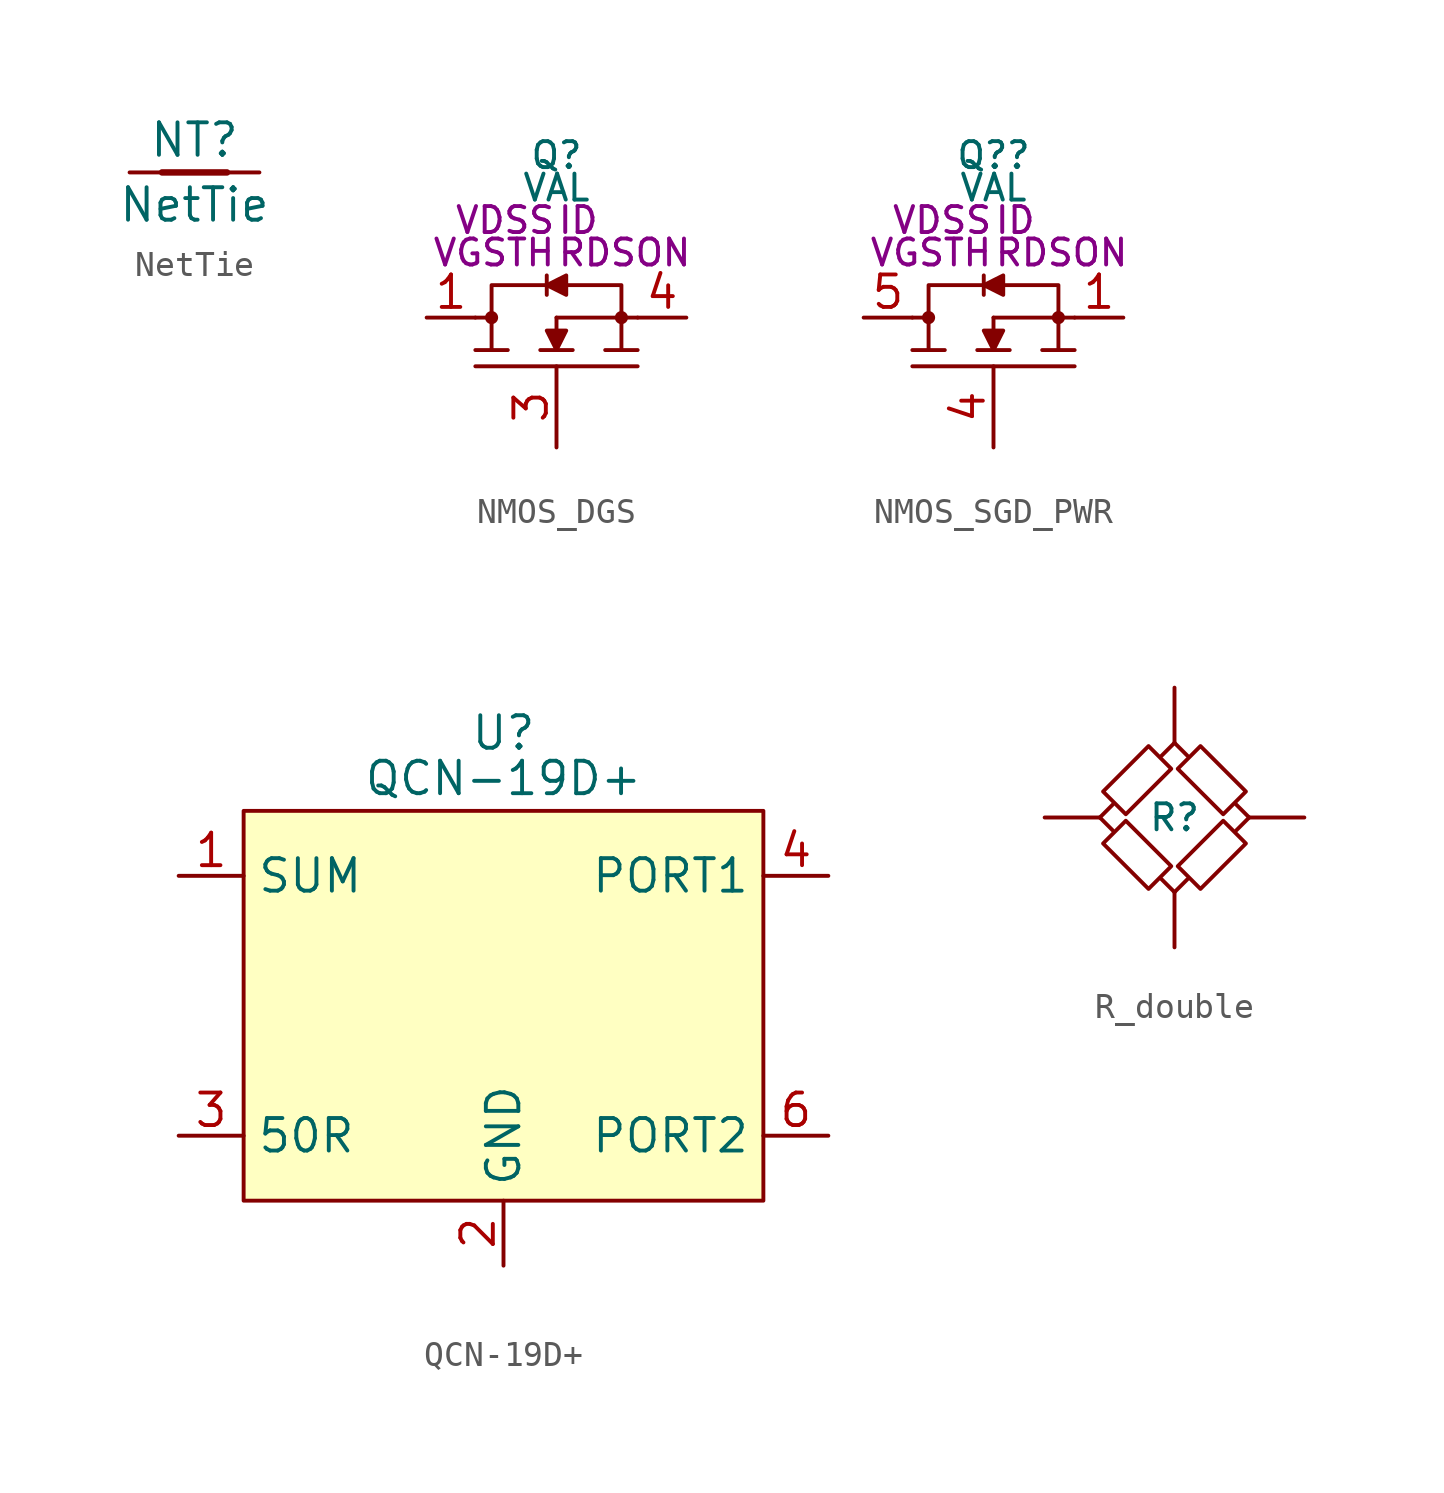
<source format=kicad_sym>
(kicad_symbol_lib
  (version 20241209)
  (generator "kicad_symbol_editor")
  (generator_version "9.0")
  (symbol "NetTie"
    (pin_numbers
      (hide yes))
    (pin_names
      (offset 0)
      (hide yes))
    (property "Reference" "NT"
      (at 0 1.27 0)
      (do_not_autoplace)
      (effects (font (size 1.27 1.27))))
    (property "Value" "NetTie"
      (at 0 -1.27 0)
      (do_not_autoplace)
      (effects (font (size 1.27 1.27))))
    (symbol "NetTie_0_1"
      (polyline (pts (xy -1.27 0) (xy 1.27 0)) (stroke (width 0.254) (type default)) (fill (type none))))
    (symbol "NetTie_1_1"
      (pin passive line (at -2.54 0 0) (length 2.54) (name "1" (effects (font (size 1.27 1.27)))) (number "1" (effects (font (size 1.27 1.27)))))
      (pin passive line (at 2.54 0 180) (length 2.54) (name "2" (effects (font (size 1.27 1.27)))) (number "2" (effects (font (size 1.27 1.27)))))))
  (symbol "NMOS_DGS"
    (pin_names
      (hide yes))
    (property "Reference" "Q"
      (at 0 6.35 0)
      (do_not_autoplace)
      (effects (font (size 1.016 1.016))))
    (property "Value" "VAL"
      (at 0 5.08 0)
      (do_not_autoplace)
      (effects (font (size 1.016 1.016))))
    (property "VDSS" "VDSS"
      (at 0 3.81 0)
      (do_not_autoplace)
      (effects (font (size 1.016 1.016)) (justify right)))
    (property "VGSTH" "VGSTH"
      (at 0 2.54 0)
      (do_not_autoplace)
      (effects (font (size 1.016 1.016)) (justify right)))
    (property "ID" "ID"
      (at 0 3.81 0)
      (do_not_autoplace)
      (effects (font (size 1.016 1.016)) (justify left)))
    (property "RDSON" "RDSON"
      (at 0 2.54 0)
      (do_not_autoplace)
      (effects (font (size 1.016 1.016)) (justify left)))
    (symbol "NMOS_DGS_0_1"
      (polyline (pts (xy -3.175 -1.27) (xy -1.905 -1.27)) (stroke (width 0) (type default)) (fill (type none)))
      (polyline (pts (xy -2.54 -1.27) (xy -2.54 0) (xy -3.175 0)) (stroke (width 0) (type default)) (fill (type none)))
      (polyline (pts (xy -0.635 -1.27) (xy 0.635 -1.27)) (stroke (width 0) (type default)) (fill (type none)))
      (polyline (pts (xy 0 0) (xy 0 -0.508)) (stroke (width 0) (type default)) (fill (type none)))
      (polyline (pts (xy 1.905 -1.27) (xy 3.175 -1.27)) (stroke (width 0) (type default)) (fill (type none)))
      (polyline (pts (xy 2.54 -1.27) (xy 2.54 0) (xy 3.175 0)) (stroke (width 0) (type default)) (fill (type none))))
    (symbol "NMOS_DGS_1_0"
      (pin passive line (at -5.08 0 0) (length 1.905) (name "" (effects (font (size 1.27 1.27)))) (number "1" (effects (font (size 1.27 1.27)))))
      (pin passive line (at -5.08 0 0) (length 1.905) (hide yes) (name "" (effects (font (size 1.27 1.27)))) (number "2" (effects (font (size 1.27 1.27)))))
      (pin passive line (at -5.08 0 0) (length 1.905) (hide yes) (name "" (effects (font (size 1.27 1.27)))) (number "5" (effects (font (size 1.27 1.27)))))
      (pin passive line (at -5.08 0 0) (length 1.905) (hide yes) (name "" (effects (font (size 1.27 1.27)))) (number "6" (effects (font (size 1.27 1.27)))))
      (pin passive line (at -5.08 0 0) (length 1.905) (hide yes) (name "" (effects (font (size 1.27 1.27)))) (number "7" (effects (font (size 1.27 1.27)))))
      (pin passive line (at 0 -5.08 90) (length 3.175) (name "" (effects (font (size 1.27 1.27)))) (number "3" (effects (font (size 1.27 1.27)))))
      (pin passive line (at 5.08 0 180) (length 1.905) (name "" (effects (font (size 1.27 1.27)))) (number "4" (effects (font (size 1.27 1.27)))))
      (pin passive line (at 5.08 0 180) (length 1.905) (hide yes) (name "" (effects (font (size 1.27 1.27)))) (number "8" (effects (font (size 1.27 1.27))))))
    (symbol "NMOS_DGS_1_1"
      (polyline (pts (xy -3.175 -1.905) (xy 3.175 -1.905)) (stroke (width 0) (type default)) (fill (type none)))
      (circle (center -2.54 0) (radius 0.18) (stroke (width 0) (type default)) (fill (type outline)))
      (polyline (pts (xy -2.54 0) (xy -2.54 1.27) (xy -0.381 1.27)) (stroke (width 0) (type default)) (fill (type none)))
      (polyline (pts (xy -0.381 1.651) (xy -0.381 0.889)) (stroke (width 0) (type default)) (fill (type none)))
      (polyline (pts (xy -0.381 1.27) (xy 0.381 0.889) (xy 0.381 1.651) (xy -0.381 1.27)) (stroke (width 0) (type default)) (fill (type outline)))
      (polyline (pts (xy 0 0) (xy 2.54 0)) (stroke (width 0) (type default)) (fill (type none)))
      (polyline (pts (xy 0 -1.27) (xy 0.381 -0.508) (xy -0.381 -0.508) (xy 0 -1.27)) (stroke (width 0) (type default)) (fill (type outline)))
      (polyline (pts (xy 0.381 1.27) (xy 2.54 1.27) (xy 2.54 0)) (stroke (width 0) (type default)) (fill (type none)))
      (circle (center 2.54 0) (radius 0.18) (stroke (width 0) (type default)) (fill (type outline)))))
  (symbol "NMOS_SGD_PWR"
    (pin_names
      (hide yes))
    (property "Reference" "Q?"
      (at 0 6.35 0)
      (do_not_autoplace)
      (effects (font (size 1.016 1.016))))
    (property "Value" "VAL"
      (at 0 5.08 0)
      (do_not_autoplace)
      (effects (font (size 1.016 1.016))))
    (property "VDSS" "VDSS"
      (at 0 3.81 0)
      (do_not_autoplace)
      (effects (font (size 1.016 1.016)) (justify right)))
    (property "VGSTH" "VGSTH"
      (at 0 2.54 0)
      (do_not_autoplace)
      (effects (font (size 1.016 1.016)) (justify right)))
    (property "ID" "ID"
      (at 0 3.81 0)
      (do_not_autoplace)
      (effects (font (size 1.016 1.016)) (justify left)))
    (property "RDSON" "RDSON"
      (at 0 2.54 0)
      (do_not_autoplace)
      (effects (font (size 1.016 1.016)) (justify left)))
    (symbol "NMOS_SGD_PWR_0_1"
      (polyline (pts (xy -3.175 -1.27) (xy -1.905 -1.27)) (stroke (width 0) (type default)) (fill (type none)))
      (polyline (pts (xy -2.54 -1.27) (xy -2.54 0) (xy -3.175 0)) (stroke (width 0) (type default)) (fill (type none)))
      (polyline (pts (xy -0.635 -1.27) (xy 0.635 -1.27)) (stroke (width 0) (type default)) (fill (type none)))
      (polyline (pts (xy 0 0) (xy 0 -0.508)) (stroke (width 0) (type default)) (fill (type none)))
      (polyline (pts (xy 1.905 -1.27) (xy 3.175 -1.27)) (stroke (width 0) (type default)) (fill (type none)))
      (polyline (pts (xy 2.54 -1.27) (xy 2.54 0) (xy 3.175 0)) (stroke (width 0) (type default)) (fill (type none))))
    (symbol "NMOS_SGD_PWR_1_0"
      (pin passive line (at -5.08 0 0) (length 1.905) (name "" (effects (font (size 1.27 1.27)))) (number "5" (effects (font (size 1.27 1.27)))))
      (pin passive line (at -5.08 0 0) (length 1.905) (hide yes) (name "" (effects (font (size 1.27 1.27)))) (number "6" (effects (font (size 1.27 1.27)))))
      (pin passive line (at -5.08 0 0) (length 1.905) (hide yes) (name "" (effects (font (size 1.27 1.27)))) (number "7" (effects (font (size 1.27 1.27)))))
      (pin passive line (at -5.08 0 0) (length 1.905) (hide yes) (name "" (effects (font (size 1.27 1.27)))) (number "8" (effects (font (size 1.27 1.27)))))
      (pin passive line (at -5.08 0 0) (length 1.905) (hide yes) (name "" (effects (font (size 1.27 1.27)))) (number "9" (effects (font (size 1.27 1.27)))))
      (pin passive line (at 0 -5.08 90) (length 3.175) (name "" (effects (font (size 1.27 1.27)))) (number "4" (effects (font (size 1.27 1.27)))))
      (pin passive line (at 5.08 0 180) (length 1.905) (name "" (effects (font (size 1.27 1.27)))) (number "1" (effects (font (size 1.27 1.27)))))
      (pin passive line (at 5.08 0 180) (length 1.905) (hide yes) (name "" (effects (font (size 1.27 1.27)))) (number "2" (effects (font (size 1.27 1.27)))))
      (pin passive line (at 5.08 0 180) (length 1.905) (hide yes) (name "" (effects (font (size 1.27 1.27)))) (number "3" (effects (font (size 1.27 1.27))))))
    (symbol "NMOS_SGD_PWR_1_1"
      (polyline (pts (xy -3.175 -1.905) (xy 3.175 -1.905)) (stroke (width 0) (type default)) (fill (type none)))
      (circle (center -2.54 0) (radius 0.18) (stroke (width 0) (type default)) (fill (type outline)))
      (polyline (pts (xy -2.54 0) (xy -2.54 1.27) (xy -0.381 1.27)) (stroke (width 0) (type default)) (fill (type none)))
      (polyline (pts (xy -0.381 1.651) (xy -0.381 0.889)) (stroke (width 0) (type default)) (fill (type none)))
      (polyline (pts (xy -0.381 1.27) (xy 0.381 0.889) (xy 0.381 1.651) (xy -0.381 1.27)) (stroke (width 0) (type default)) (fill (type outline)))
      (polyline (pts (xy 0 0) (xy 2.54 0)) (stroke (width 0) (type default)) (fill (type none)))
      (polyline (pts (xy 0 -1.27) (xy 0.381 -0.508) (xy -0.381 -0.508) (xy 0 -1.27)) (stroke (width 0) (type default)) (fill (type outline)))
      (polyline (pts (xy 0.381 1.27) (xy 2.54 1.27) (xy 2.54 0)) (stroke (width 0) (type default)) (fill (type none)))
      (circle (center 2.54 0) (radius 0.18) (stroke (width 0) (type default)) (fill (type outline)))))
  (symbol "QCN-19D+"
    (property "Reference" "U"
      (at 0 10.668 0)
      (do_not_autoplace)
      (effects (font (size 1.27 1.27))))
    (property "Value" "QCN-19D+"
      (at 0 8.89 0)
      (do_not_autoplace)
      (effects (font (size 1.27 1.27))))
    (symbol "QCN-19D+_0_0"
      (pin passive line (at -12.7 5.08 0) (length 2.54) (name "SUM" (effects (font (size 1.27 1.27)))) (number "1" (effects (font (size 1.27 1.27)))))
      (pin passive line (at -12.7 -5.08 0) (length 2.54) (name "50R" (effects (font (size 1.27 1.27)))) (number "3" (effects (font (size 1.27 1.27)))))
      (pin passive line (at 12.7 5.08 180) (length 2.54) (name "PORT1" (effects (font (size 1.27 1.27)))) (number "4" (effects (font (size 1.27 1.27)))))
      (pin passive line (at 12.7 -5.08 180) (length 2.54) (name "PORT2" (effects (font (size 1.27 1.27)))) (number "6" (effects (font (size 1.27 1.27))))))
    (symbol "QCN-19D+_1_0"
      (pin power_in line (at 0 -10.16 90) (length 2.54) (name "GND" (effects (font (size 1.27 1.27)))) (number "2" (effects (font (size 1.27 1.27)))))
      (pin passive line (at 0 -10.16 90) (length 2.54) (hide yes) (name "GND" (effects (font (size 1.27 1.27)))) (number "5" (effects (font (size 1.27 1.27))))))
    (symbol "QCN-19D+_1_1"
      (rectangle (start -10.16 7.62) (end 10.16 -7.62) (stroke (width 0) (type default)) (fill (type background)))))
  (symbol "R_double"
    (pin_numbers
      (hide yes))
    (pin_names
      (offset 0)
      (hide yes))
    (property "Reference" "R"
      (at 0 0 0)
      (do_not_autoplace)
      (effects (font (size 1.016 1.016))))
    (property "Value" ""
      (at 0 0 0)
      (effects (font (size 1.27 1.27))))
    (symbol "R_double_0_1"
      (polyline (pts (xy -2.921 0) (xy -2.413 0.508)) (stroke (width 0) (type default)) (fill (type none)))
      (polyline (pts (xy -2.921 0) (xy -2.413 -0.508)) (stroke (width 0) (type default)) (fill (type none)))
      (polyline (pts (xy -1.905 0.127) (xy -0.127 1.905) (xy -1.016 2.794) (xy -2.794 1.016) (xy -1.905 0.127)) (stroke (width 0) (type default)) (fill (type none)))
      (polyline (pts (xy -0.127 -1.905) (xy -1.905 -0.127) (xy -2.794 -1.016) (xy -1.016 -2.794) (xy -0.127 -1.905)) (stroke (width 0) (type default)) (fill (type none)))
      (polyline (pts (xy 0 2.921) (xy -0.508 2.413)) (stroke (width 0) (type default)) (fill (type none)))
      (polyline (pts (xy 0 2.921) (xy 0.508 2.413)) (stroke (width 0) (type default)) (fill (type none)))
      (polyline (pts (xy 0 -2.921) (xy -0.508 -2.413)) (stroke (width 0) (type default)) (fill (type none)))
      (polyline (pts (xy 0 -2.921) (xy 0.508 -2.413)) (stroke (width 0) (type default)) (fill (type none)))
      (polyline (pts (xy 0.127 1.905) (xy 1.905 0.127) (xy 2.794 1.016) (xy 1.016 2.794) (xy 0.127 1.905)) (stroke (width 0) (type default)) (fill (type none)))
      (polyline (pts (xy 1.905 -0.127) (xy 0.127 -1.905) (xy 1.016 -2.794) (xy 2.794 -1.016) (xy 1.905 -0.127)) (stroke (width 0) (type default)) (fill (type none)))
      (polyline (pts (xy 2.921 0) (xy 2.413 0.508)) (stroke (width 0) (type default)) (fill (type none)))
      (polyline (pts (xy 2.921 0) (xy 2.413 -0.508)) (stroke (width 0) (type default)) (fill (type none))))
    (symbol "R_double_1_1"
      (pin passive line (at -5.08 0 0) (length 2.159) (name "4" (effects (font (size 0 0)))) (number "4" (effects (font (size 0 0)))))
      (pin passive line (at 0 5.08 270) (length 2.159) (name "1" (effects (font (size 0 0)))) (number "1" (effects (font (size 0 0)))))
      (pin passive line (at 0 -5.08 90) (length 2.159) (name "3" (effects (font (size 0 0)))) (number "3" (effects (font (size 0 0)))))
      (pin passive line (at 5.08 0 180) (length 2.159) (name "2" (effects (font (size 0 0)))) (number "2" (effects (font (size 0 0))))))))
</source>
